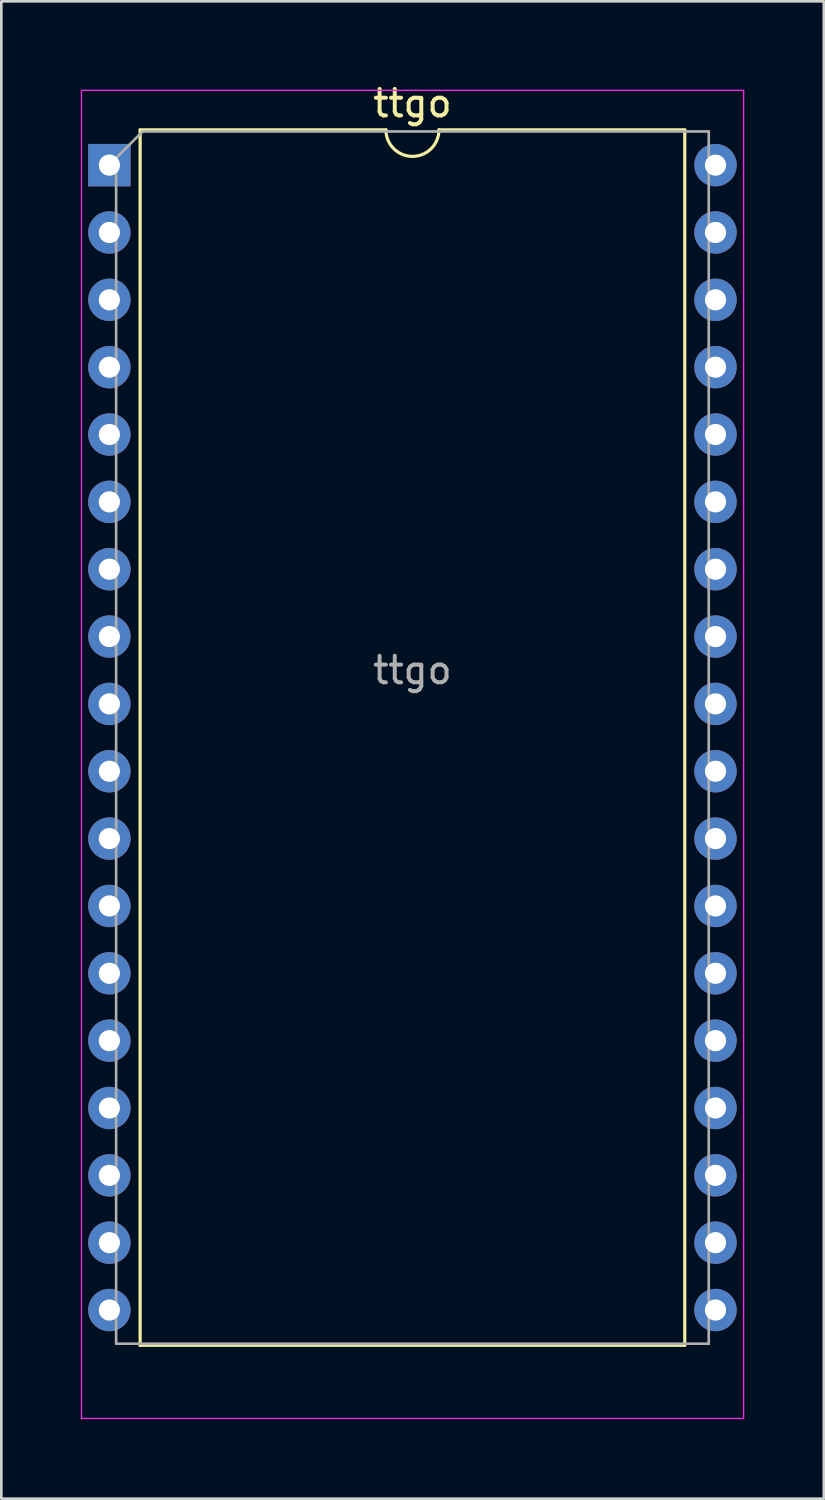
<source format=kicad_pcb>
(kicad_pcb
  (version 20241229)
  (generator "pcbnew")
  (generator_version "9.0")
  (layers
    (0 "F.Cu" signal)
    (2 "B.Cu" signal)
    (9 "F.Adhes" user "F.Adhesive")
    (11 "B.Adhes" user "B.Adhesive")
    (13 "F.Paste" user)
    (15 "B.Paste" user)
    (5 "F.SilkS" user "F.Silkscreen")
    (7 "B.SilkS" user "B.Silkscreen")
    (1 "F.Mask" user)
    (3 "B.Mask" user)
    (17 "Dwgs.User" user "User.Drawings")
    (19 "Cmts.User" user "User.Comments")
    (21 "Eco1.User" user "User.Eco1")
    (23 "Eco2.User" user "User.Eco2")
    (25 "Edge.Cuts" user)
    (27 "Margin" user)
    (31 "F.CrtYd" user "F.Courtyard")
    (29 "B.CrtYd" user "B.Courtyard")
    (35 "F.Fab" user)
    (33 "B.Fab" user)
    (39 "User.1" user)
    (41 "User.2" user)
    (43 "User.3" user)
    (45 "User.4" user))
  (footprint "ttgo"
    (layer "F.Cu")
    (at 1.075 3.178)
    (property "Reference" "ttgo" (at 11.43 -2.33 0) (layer "F.SilkS") (effects (font (size 1 1) (thickness 0.15))))
    (attr through_hole)
    (fp_line (start 1.16 -1.33) (end 1.16 44.51) (stroke (width 0.12) (type solid)) (layer "F.SilkS"))
    (fp_line (start 1.16 44.51) (end 21.7 44.51) (stroke (width 0.12) (type solid)) (layer "F.SilkS"))
    (fp_line (start 10.43 -1.33) (end 1.16 -1.33) (stroke (width 0.12) (type solid)) (layer "F.SilkS"))
    (fp_line (start 21.7 -1.33) (end 12.43 -1.33) (stroke (width 0.12) (type solid)) (layer "F.SilkS"))
    (fp_line (start 21.7 44.51) (end 21.7 -1.33) (stroke (width 0.12) (type solid)) (layer "F.SilkS"))
    (fp_arc (start 12.43 -1.33) (mid 11.43 -0.33) (end 10.43 -1.33) (stroke (width 0.12) (type solid)) (layer "F.SilkS"))
    (fp_line (start -1.05 -2.82) (end -1.05 47.27) (stroke (width 0.05) (type solid)) (layer "F.CrtYd"))
    (fp_line (start -1.05 47.27) (end 23.92 47.27) (stroke (width 0.05) (type solid)) (layer "F.CrtYd"))
    (fp_line (start 23.92 -2.82) (end -1.05 -2.82) (stroke (width 0.05) (type solid)) (layer "F.CrtYd"))
    (fp_line (start 23.92 47.27) (end 23.92 -2.82) (stroke (width 0.05) (type solid)) (layer "F.CrtYd"))
    (fp_line (start 0.255 -0.27) (end 1.255 -1.27) (stroke (width 0.1) (type solid)) (layer "F.Fab"))
    (fp_line (start 0.255 44.45) (end 0.255 -0.27) (stroke (width 0.1) (type solid)) (layer "F.Fab"))
    (fp_line (start 1.255 -1.27) (end 22.605 -1.27) (stroke (width 0.1) (type solid)) (layer "F.Fab"))
    (fp_line (start 22.605 -1.27) (end 22.605 44.45) (stroke (width 0.1) (type solid)) (layer "F.Fab"))
    (fp_line (start 22.605 44.45) (end 0.255 44.45) (stroke (width 0.1) (type solid)) (layer "F.Fab"))
    (fp_text user "${REFERENCE}" (at 11.43 19.05 0) (layer "F.Fab") (effects (font (size 1 1) (thickness 0.15))))
    (pad "1" thru_hole rect (at 0 0) (size 1.6 1.6) (drill 0.8) (layers "*.Cu" "*.Mask"))
    (pad "2" thru_hole oval (at 0 2.54) (size 1.6 1.6) (drill 0.8) (layers "*.Cu" "*.Mask"))
    (pad "3" thru_hole oval (at 0 5.08) (size 1.6 1.6) (drill 0.8) (layers "*.Cu" "*.Mask"))
    (pad "4" thru_hole oval (at 0 7.62) (size 1.6 1.6) (drill 0.8) (layers "*.Cu" "*.Mask"))
    (pad "5" thru_hole oval (at 0 10.16) (size 1.6 1.6) (drill 0.8) (layers "*.Cu" "*.Mask"))
    (pad "6" thru_hole oval (at 0 12.7) (size 1.6 1.6) (drill 0.8) (layers "*.Cu" "*.Mask"))
    (pad "7" thru_hole oval (at 0 15.24) (size 1.6 1.6) (drill 0.8) (layers "*.Cu" "*.Mask"))
    (pad "8" thru_hole oval (at 0 17.78) (size 1.6 1.6) (drill 0.8) (layers "*.Cu" "*.Mask"))
    (pad "9" thru_hole oval (at 0 20.32) (size 1.6 1.6) (drill 0.8) (layers "*.Cu" "*.Mask"))
    (pad "10" thru_hole oval (at 0 22.86) (size 1.6 1.6) (drill 0.8) (layers "*.Cu" "*.Mask"))
    (pad "11" thru_hole oval (at 0 25.4) (size 1.6 1.6) (drill 0.8) (layers "*.Cu" "*.Mask"))
    (pad "12" thru_hole oval (at 0 27.94) (size 1.6 1.6) (drill 0.8) (layers "*.Cu" "*.Mask"))
    (pad "13" thru_hole oval (at 0 30.48) (size 1.6 1.6) (drill 0.8) (layers "*.Cu" "*.Mask"))
    (pad "14" thru_hole oval (at 0 33.02) (size 1.6 1.6) (drill 0.8) (layers "*.Cu" "*.Mask"))
    (pad "15" thru_hole oval (at 0 35.56) (size 1.6 1.6) (drill 0.8) (layers "*.Cu" "*.Mask"))
    (pad "16" thru_hole oval (at 0 38.1) (size 1.6 1.6) (drill 0.8) (layers "*.Cu" "*.Mask"))
    (pad "17" thru_hole oval (at 0 40.64) (size 1.6 1.6) (drill 0.8) (layers "*.Cu" "*.Mask"))
    (pad "18" thru_hole oval (at 0 43.18) (size 1.6 1.6) (drill 0.8) (layers "*.Cu" "*.Mask"))
    (pad "19" thru_hole oval (at 22.86 43.18) (size 1.6 1.6) (drill 0.8) (layers "*.Cu" "*.Mask"))
    (pad "20" thru_hole oval (at 22.86 40.64) (size 1.6 1.6) (drill 0.8) (layers "*.Cu" "*.Mask"))
    (pad "21" thru_hole oval (at 22.86 38.1) (size 1.6 1.6) (drill 0.8) (layers "*.Cu" "*.Mask"))
    (pad "22" thru_hole oval (at 22.86 35.56) (size 1.6 1.6) (drill 0.8) (layers "*.Cu" "*.Mask"))
    (pad "23" thru_hole oval (at 22.86 33.02) (size 1.6 1.6) (drill 0.8) (layers "*.Cu" "*.Mask"))
    (pad "24" thru_hole oval (at 22.86 30.48) (size 1.6 1.6) (drill 0.8) (layers "*.Cu" "*.Mask"))
    (pad "25" thru_hole oval (at 22.86 27.94) (size 1.6 1.6) (drill 0.8) (layers "*.Cu" "*.Mask"))
    (pad "26" thru_hole oval (at 22.86 25.4) (size 1.6 1.6) (drill 0.8) (layers "*.Cu" "*.Mask"))
    (pad "27" thru_hole oval (at 22.86 22.86) (size 1.6 1.6) (drill 0.8) (layers "*.Cu" "*.Mask"))
    (pad "28" thru_hole oval (at 22.86 20.32) (size 1.6 1.6) (drill 0.8) (layers "*.Cu" "*.Mask"))
    (pad "29" thru_hole oval (at 22.86 17.78) (size 1.6 1.6) (drill 0.8) (layers "*.Cu" "*.Mask"))
    (pad "30" thru_hole oval (at 22.86 15.24) (size 1.6 1.6) (drill 0.8) (layers "*.Cu" "*.Mask"))
    (pad "31" thru_hole oval (at 22.86 12.7) (size 1.6 1.6) (drill 0.8) (layers "*.Cu" "*.Mask"))
    (pad "32" thru_hole oval (at 22.86 10.16) (size 1.6 1.6) (drill 0.8) (layers "*.Cu" "*.Mask"))
    (pad "33" thru_hole oval (at 22.86 7.62) (size 1.6 1.6) (drill 0.8) (layers "*.Cu" "*.Mask"))
    (pad "34" thru_hole oval (at 22.86 5.08) (size 1.6 1.6) (drill 0.8) (layers "*.Cu" "*.Mask"))
    (pad "35" thru_hole oval (at 22.86 2.54) (size 1.6 1.6) (drill 0.8) (layers "*.Cu" "*.Mask"))
    (pad "36" thru_hole oval (at 22.86 0) (size 1.6 1.6) (drill 0.8) (layers "*.Cu" "*.Mask")))
  (gr_rect
    (start -3 -3)
    (end 28.02 53.473)
    (stroke (width 0.1) (type default))
    (fill no)
    (layer "Edge.Cuts")))
</source>
